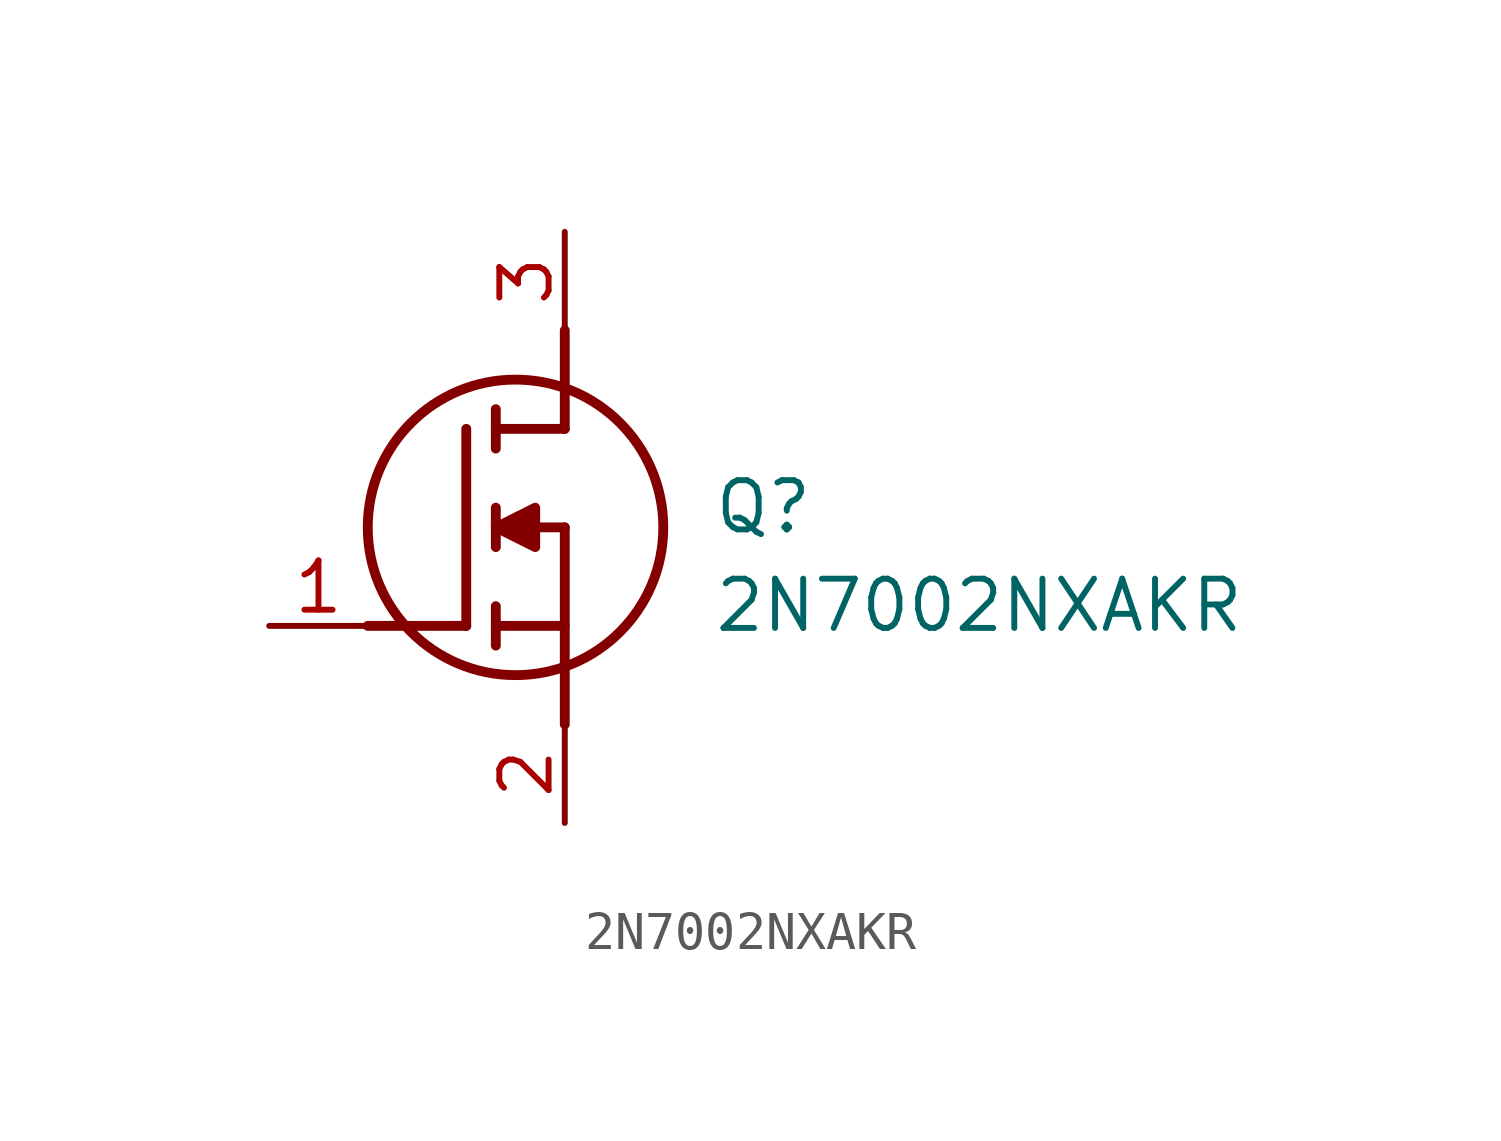
<source format=kicad_sym>
(kicad_symbol_lib
  (version 20211014)
  (generator SamacSys_ECAD_Model)
  (symbol "2N7002NXAKR"
    (pin_names hide)
    (property "Reference" "Q"
      (at 11.43 3.81 0)
      (effects (font (size 1.27 1.27)) (justify left top)))
    (property "Value" "2N7002NXAKR"
      (at 11.43 1.27 0)
      (effects (font (size 1.27 1.27)) (justify left top)))
    (polyline
      (pts (xy 7.62 2.54) (xy 7.62 -2.54))
      (stroke (width 0.254) (type default))
      (fill (type none)))
    (polyline
      (pts (xy 7.62 5.08) (xy 7.62 7.62))
      (stroke (width 0.254) (type default))
      (fill (type none)))
    (polyline
      (pts (xy 2.54 0) (xy 5.08 0))
      (stroke (width 0.254) (type default))
      (fill (type none)))
    (polyline
      (pts (xy 5.08 5.08) (xy 5.08 0))
      (stroke (width 0.254) (type default))
      (fill (type none)))
    (polyline
      (pts (xy 7.62 2.54) (xy 5.842 2.54))
      (stroke (width 0.254) (type default))
      (fill (type none)))
    (polyline
      (pts (xy 7.62 5.08) (xy 5.842 5.08))
      (stroke (width 0.254) (type default))
      (fill (type none)))
    (polyline
      (pts (xy 5.842 0) (xy 7.62 0))
      (stroke (width 0.254) (type default))
      (fill (type none)))
    (polyline
      (pts (xy 5.842 5.588) (xy 5.842 4.572))
      (stroke (width 0.254) (type default))
      (fill (type none)))
    (polyline
      (pts (xy 5.842 -0.508) (xy 5.842 0.508))
      (stroke (width 0.254) (type default))
      (fill (type none)))
    (polyline
      (pts (xy 5.842 2.032) (xy 5.842 3.048))
      (stroke (width 0.254) (type default))
      (fill (type none)))
    (circle
      (center 6.35 2.54)
      (radius 3.81)
      (stroke (width 0.254) (type default))
      (fill (type none)))
    (polyline
      (pts (xy 5.842 2.54) (xy 6.858 3.048) (xy 6.858 2.032) (xy 5.842 2.54))
      (stroke (width 0.254) (type default))
      (fill (type outline)))
    (pin passive line
      (at 0 0 0)
      (length 2.54)
      (name "G" (effects (font (size 1.27 1.27))))
      (number "1" (effects (font (size 1.27 1.27)))))
    (pin passive line
      (at 7.62 10.16 270)
      (length 2.54)
      (name "D" (effects (font (size 1.27 1.27))))
      (number "3" (effects (font (size 1.27 1.27)))))
    (pin passive line
      (at 7.62 -5.08 90)
      (length 2.54)
      (name "S" (effects (font (size 1.27 1.27))))
      (number "2" (effects (font (size 1.27 1.27)))))))
</source>
